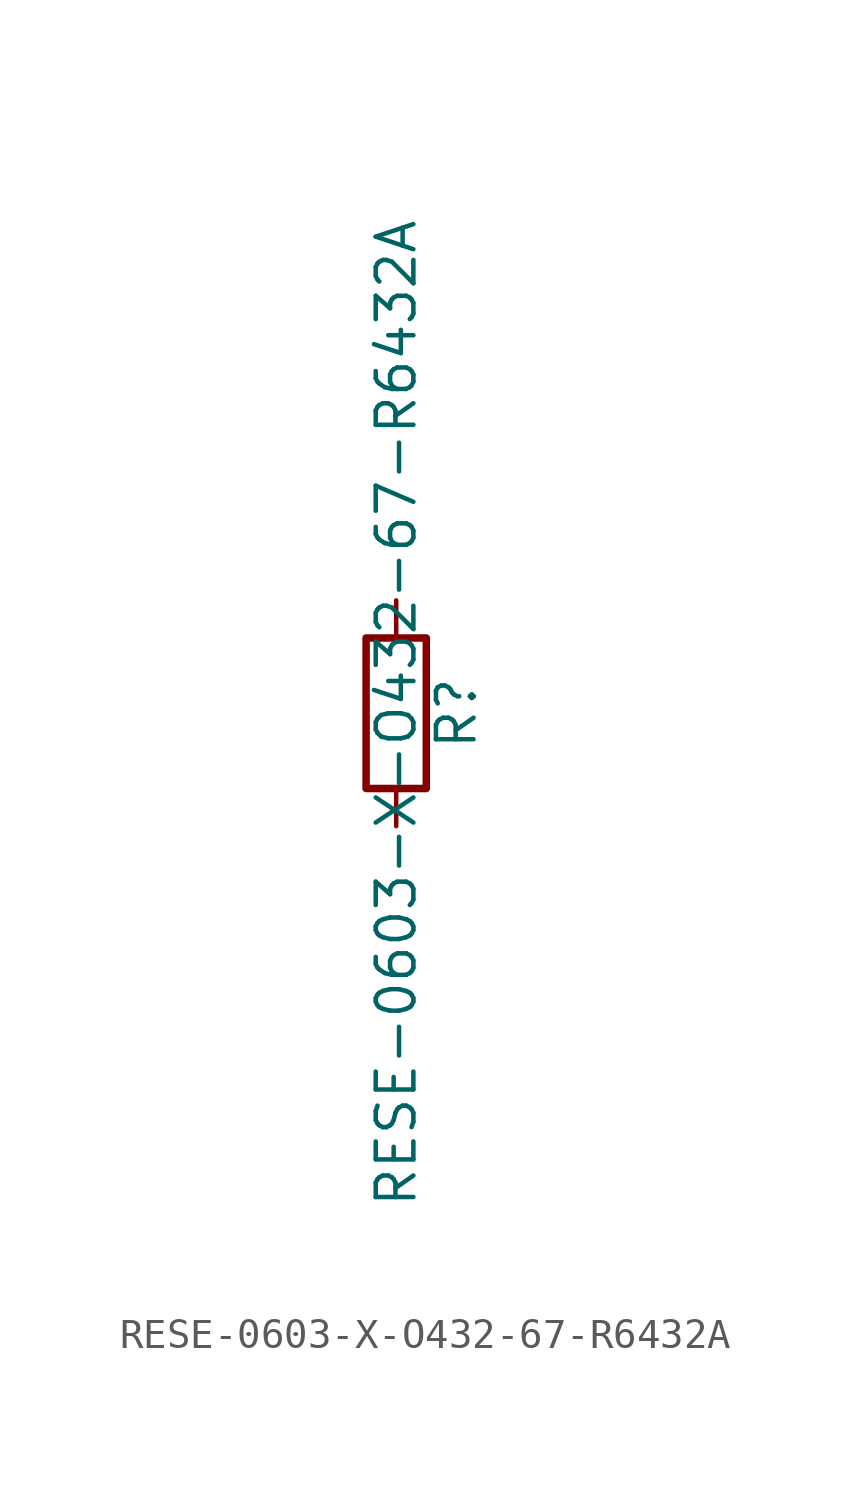
<source format=kicad_sym>
(kicad_symbol_lib
  (version 20211014)
  (generator kicad_symbol_editor)
  (symbol "RESE-0603-X-O432-67-R6432A"
    (pin_numbers hide)
    (pin_names
      (offset 0))
    (property "Reference" "R"
      (at 2.032 0 90)
      (effects (font (size 1.27 1.27))))
    (property "Value" "RESE-0603-X-O432-67-R6432A"
      (at 0 0 90)
      (effects (font (size 1.27 1.27))))
    (symbol "RESE-0603-X-O432-67-R6432A_0_1"
      (rectangle (start -1.016 -2.54) (end 1.016 2.54) (stroke (width 0.254) (type default) (color 0 0 0 0)) (fill (type none))))
    (symbol "RESE-0603-X-O432-67-R6432A_1_1"
      (pin passive line (at 0 3.81 270) (length 1.27) (name "~" (effects (font (size 1.27 1.27)))) (number "1" (effects (font (size 1.27 1.27)))))
      (pin passive line (at 0 -3.81 90) (length 1.27) (name "~" (effects (font (size 1.27 1.27)))) (number "2" (effects (font (size 1.27 1.27))))))))
</source>
